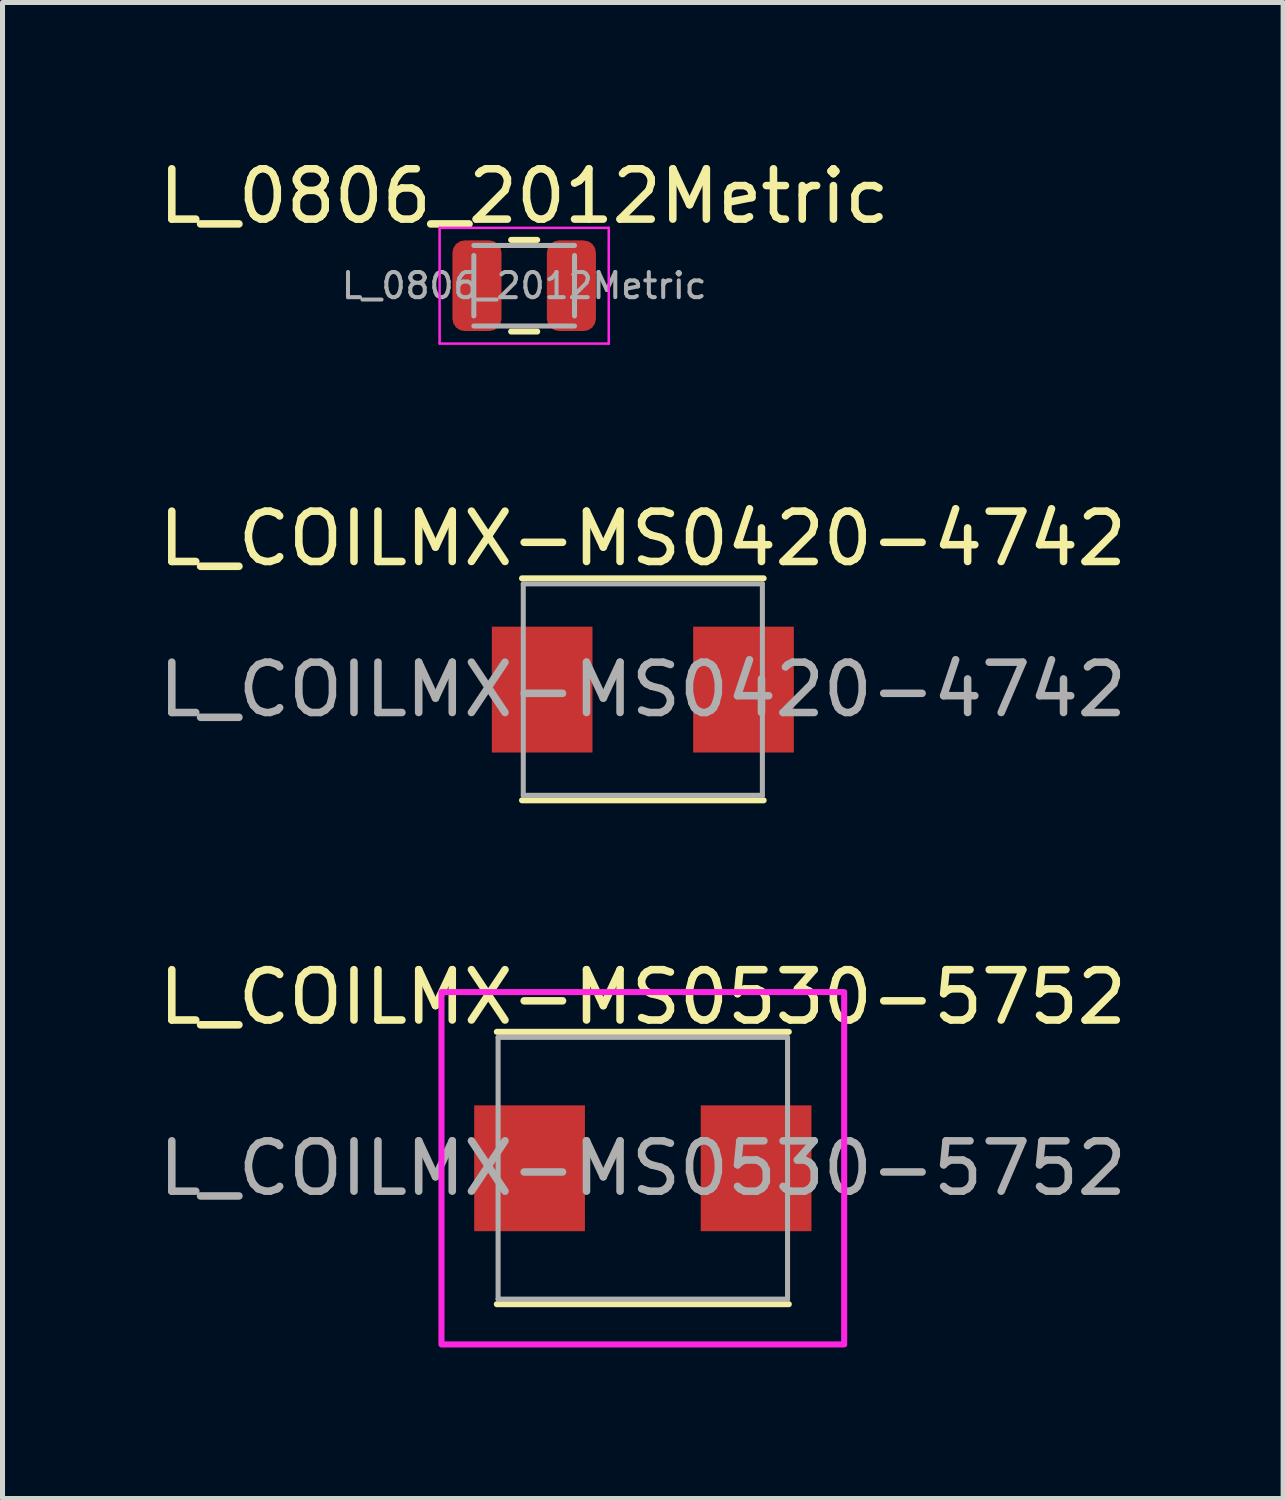
<source format=kicad_pcb>
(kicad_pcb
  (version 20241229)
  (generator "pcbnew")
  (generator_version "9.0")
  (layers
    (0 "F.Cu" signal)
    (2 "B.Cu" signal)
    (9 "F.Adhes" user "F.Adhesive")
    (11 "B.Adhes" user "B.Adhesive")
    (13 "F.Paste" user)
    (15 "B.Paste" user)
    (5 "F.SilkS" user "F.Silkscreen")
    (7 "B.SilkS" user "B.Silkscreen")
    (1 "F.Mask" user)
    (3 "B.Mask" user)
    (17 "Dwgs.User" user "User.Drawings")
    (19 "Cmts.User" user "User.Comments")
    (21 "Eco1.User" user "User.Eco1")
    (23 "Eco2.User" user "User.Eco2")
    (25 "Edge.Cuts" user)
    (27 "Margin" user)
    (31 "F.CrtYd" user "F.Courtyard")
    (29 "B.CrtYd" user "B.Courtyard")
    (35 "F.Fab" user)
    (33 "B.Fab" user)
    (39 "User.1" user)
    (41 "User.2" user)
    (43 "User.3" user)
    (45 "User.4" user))
  (footprint "L_COILMX-MS0530-5752"
    (layer "F.Cu")
    (at 9.72 20.158)
    (property "Reference" "L_COILMX-MS0530-5752" (at 0 -3.4 0) (layer "F.SilkS") (effects (font (size 1 1) (thickness 0.15))))
    (attr smd)
    (fp_line (start -2.9 -2.71) (end 2.9 -2.71) (stroke (width 0.12) (type solid)) (layer "F.SilkS"))
    (fp_line (start -2.9 2.7) (end 2.9 2.7) (stroke (width 0.12) (type solid)) (layer "F.SilkS"))
    (fp_rect (start -4 -3.5) (end 4 3.5) (stroke (width 0.12) (type solid)) (fill no) (layer "F.CrtYd"))
    (fp_line (start -2.875 -2.6) (end -2.875 2.6) (stroke (width 0.1) (type solid)) (layer "F.Fab"))
    (fp_line (start -2.875 2.6) (end 2.875 2.6) (stroke (width 0.1) (type solid)) (layer "F.Fab"))
    (fp_line (start 2.875 -2.6) (end -2.875 -2.6) (stroke (width 0.1) (type solid)) (layer "F.Fab"))
    (fp_line (start 2.875 2.6) (end 2.875 -2.6) (stroke (width 0.1) (type solid)) (layer "F.Fab"))
    (fp_text user "${REFERENCE}" (at 0 0 0) (layer "F.Fab") (effects (font (size 1 1) (thickness 0.15))))
    (pad "1" smd rect (at -2.25 0) (size 2.2 2.5) (layers "F.Cu" "F.Mask" "F.Paste"))
    (pad "2" smd rect (at 2.25 0) (size 2.2 2.5) (layers "F.Cu" "F.Mask" "F.Paste")))
  (footprint "L_COILMX-MS0420-4742"
    (layer "F.Cu")
    (at 9.72 10.649)
    (property "Reference" "L_COILMX-MS0420-4742" (at 0 -3 0) (layer "F.SilkS") (effects (font (size 1 1) (thickness 0.15))))
    (attr smd)
    (fp_line (start -2.4 -2.21) (end 2.4 -2.21) (stroke (width 0.12) (type solid)) (layer "F.SilkS"))
    (fp_line (start -2.4 2.2) (end 2.4 2.2) (stroke (width 0.12) (type solid)) (layer "F.SilkS"))
    (fp_line (start -2.375 -2.1) (end -2.375 2.1) (stroke (width 0.1) (type solid)) (layer "F.Fab"))
    (fp_line (start -2.375 2.1) (end 2.375 2.1) (stroke (width 0.1) (type solid)) (layer "F.Fab"))
    (fp_line (start 2.375 -2.1) (end -2.375 -2.1) (stroke (width 0.1) (type solid)) (layer "F.Fab"))
    (fp_line (start 2.375 2.1) (end 2.375 -2.1) (stroke (width 0.1) (type solid)) (layer "F.Fab"))
    (fp_text user "${REFERENCE}" (at 0 0 0) (layer "F.Fab") (effects (font (size 1 1) (thickness 0.15))))
    (pad "1" smd rect (at -2 0) (size 2 2.5) (layers "F.Cu" "F.Mask" "F.Paste"))
    (pad "2" smd rect (at 2 0) (size 2 2.5) (layers "F.Cu" "F.Mask" "F.Paste")))
  (footprint "L_0806_2012Metric"
    (layer "F.Cu")
    (at 7.363 2.626)
    (property "Reference" "L_0806_2012Metric" (at 0 -1.778 0) (layer "F.SilkS") (effects (font (size 1 1) (thickness 0.15))))
    (attr smd)
    (fp_line (start -0.259 -0.91) (end 0.259 -0.91) (stroke (width 0.12) (type solid)) (layer "F.SilkS"))
    (fp_line (start -0.259 0.91) (end 0.259 0.91) (stroke (width 0.12) (type solid)) (layer "F.SilkS"))
    (fp_line (start -1.68 -1.15) (end 1.68 -1.15) (stroke (width 0.05) (type solid)) (layer "F.CrtYd"))
    (fp_line (start -1.68 1.15) (end -1.68 -1.15) (stroke (width 0.05) (type solid)) (layer "F.CrtYd"))
    (fp_line (start 1.68 -1.15) (end 1.68 1.15) (stroke (width 0.05) (type solid)) (layer "F.CrtYd"))
    (fp_line (start 1.68 1.15) (end -1.68 1.15) (stroke (width 0.05) (type solid)) (layer "F.CrtYd"))
    (fp_line (start -1 -0.8) (end 1 -0.8) (stroke (width 0.1) (type solid)) (layer "F.Fab"))
    (fp_line (start -1 0.6) (end -1 -0.6) (stroke (width 0.1) (type solid)) (layer "F.Fab"))
    (fp_line (start 1 -0.6) (end 1 0.6) (stroke (width 0.1) (type solid)) (layer "F.Fab"))
    (fp_line (start 1 0.8) (end -1 0.8) (stroke (width 0.1) (type solid)) (layer "F.Fab"))
    (fp_text user "${REFERENCE}" (at 0 0 0) (layer "F.Fab") (effects (font (size 0.5 0.5) (thickness 0.08))))
    (pad "1" smd roundrect (at -0.938 0) (size 0.975 1.8) (layers "F.Cu" "F.Mask" "F.Paste") (roundrect_rratio 0.25))
    (pad "2" smd roundrect (at 0.938 0) (size 0.975 1.8) (layers "F.Cu" "F.Mask" "F.Paste") (roundrect_rratio 0.25)))
  (gr_rect
    (start -3 -3)
    (end 22.44 26.718)
    (stroke (width 0.1) (type default))
    (fill no)
    (layer "Edge.Cuts")))
</source>
